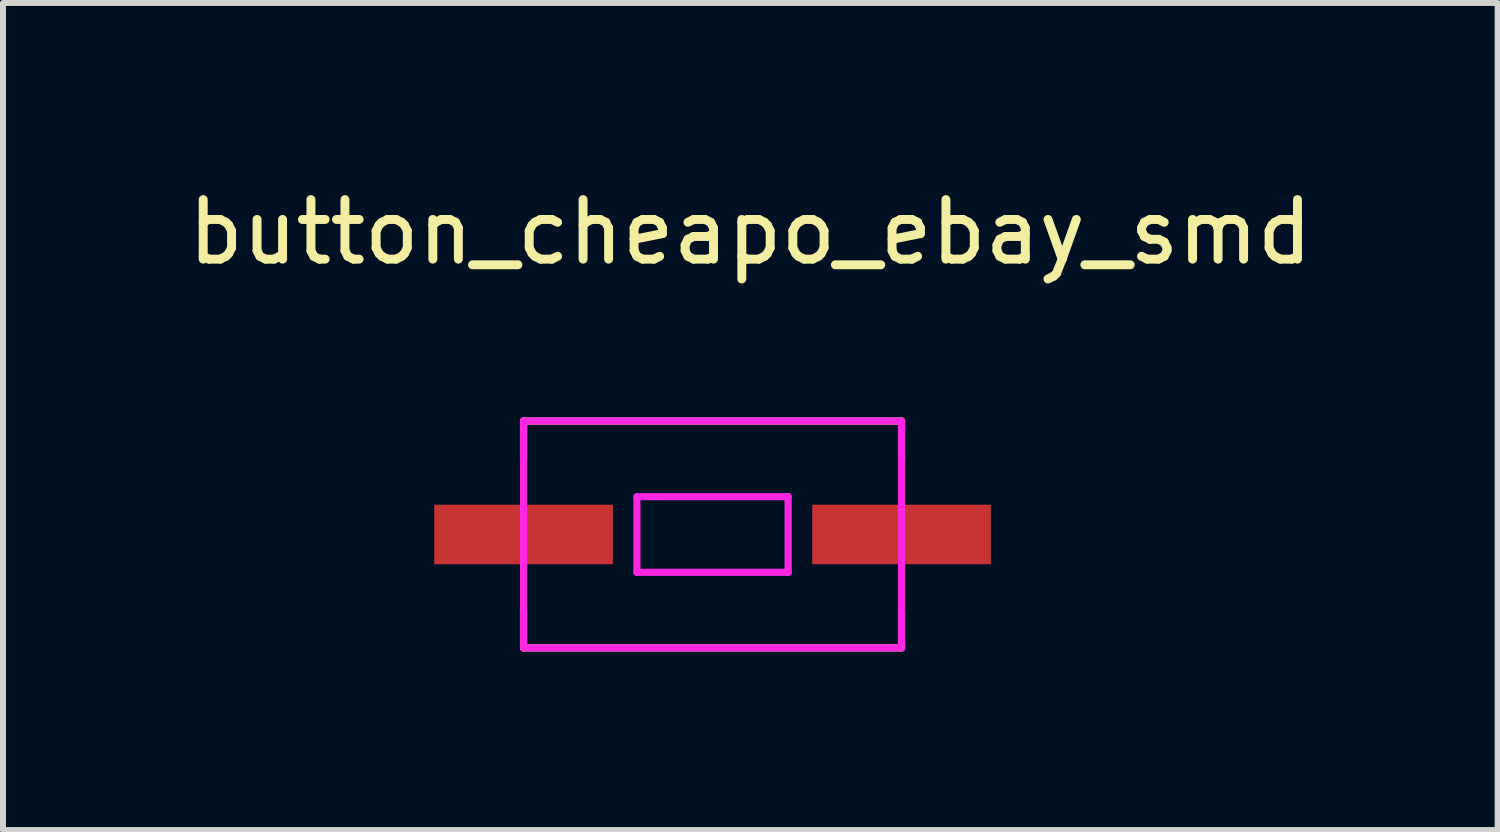
<source format=kicad_pcb>
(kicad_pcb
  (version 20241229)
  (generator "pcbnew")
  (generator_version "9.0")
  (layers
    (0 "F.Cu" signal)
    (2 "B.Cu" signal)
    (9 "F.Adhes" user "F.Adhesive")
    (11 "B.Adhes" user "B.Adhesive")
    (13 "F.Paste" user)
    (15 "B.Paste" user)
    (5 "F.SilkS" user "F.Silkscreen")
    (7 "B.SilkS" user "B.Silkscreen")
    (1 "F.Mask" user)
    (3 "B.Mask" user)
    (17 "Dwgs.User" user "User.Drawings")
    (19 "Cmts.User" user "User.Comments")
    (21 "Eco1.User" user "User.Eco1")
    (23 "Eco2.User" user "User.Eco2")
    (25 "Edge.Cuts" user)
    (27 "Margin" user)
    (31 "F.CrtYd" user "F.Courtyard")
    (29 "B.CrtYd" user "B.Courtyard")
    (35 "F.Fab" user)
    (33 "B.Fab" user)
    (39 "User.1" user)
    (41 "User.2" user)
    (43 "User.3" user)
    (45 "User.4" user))
  (footprint "button_cheapo_ebay_smd"
    (layer "F.Cu")
    (at 9.554 2.753)
    (property "Reference" "button_cheapo_ebay_smd" (at 0 -1.905 0) (layer "F.SilkS") (effects (font (size 1 1) (thickness 0.15))))
    (attr smd)
    (fp_line (start -3.81 1.27) (end 2.54 1.27) (stroke (width 0.12) (type solid)) (layer "F.SilkS"))
    (fp_line (start -3.81 1.905) (end -3.81 1.27) (stroke (width 0.12) (type solid)) (layer "F.SilkS"))
    (fp_line (start -3.81 5.08) (end -3.81 4.445) (stroke (width 0.12) (type solid)) (layer "F.SilkS"))
    (fp_line (start 2.54 1.27) (end 2.54 1.905) (stroke (width 0.12) (type solid)) (layer "F.SilkS"))
    (fp_line (start 2.54 4.445) (end 2.54 5.08) (stroke (width 0.12) (type solid)) (layer "F.SilkS"))
    (fp_line (start 2.54 5.08) (end -3.81 5.08) (stroke (width 0.12) (type solid)) (layer "F.SilkS"))
    (fp_line (start -3.81 1.27) (end 2.54 1.27) (stroke (width 0.12) (type solid)) (layer "F.CrtYd"))
    (fp_line (start -3.81 5.08) (end -3.81 1.27) (stroke (width 0.12) (type solid)) (layer "F.CrtYd"))
    (fp_line (start -1.905 2.54) (end 0.635 2.54) (stroke (width 0.12) (type solid)) (layer "F.CrtYd"))
    (fp_line (start -1.905 3.81) (end -1.905 2.54) (stroke (width 0.12) (type solid)) (layer "F.CrtYd"))
    (fp_line (start 0.635 2.54) (end 0.635 3.81) (stroke (width 0.12) (type solid)) (layer "F.CrtYd"))
    (fp_line (start 0.635 3.81) (end -1.905 3.81) (stroke (width 0.12) (type solid)) (layer "F.CrtYd"))
    (fp_line (start 2.54 1.27) (end 2.54 5.08) (stroke (width 0.12) (type solid)) (layer "F.CrtYd"))
    (fp_line (start 2.54 5.08) (end -3.81 5.08) (stroke (width 0.12) (type solid)) (layer "F.CrtYd"))
    (pad "1" smd rect (at 2.54 3.175) (size 3 1) (layers "F.Cu" "F.Mask" "F.Paste"))
    (pad "2" smd rect (at -3.81 3.175) (size 3 1) (layers "F.Cu" "F.Mask" "F.Paste")))
  (gr_rect
    (start -3 -3)
    (end 22.107 10.893)
    (stroke (width 0.1) (type default))
    (fill no)
    (layer "Edge.Cuts")))
</source>
